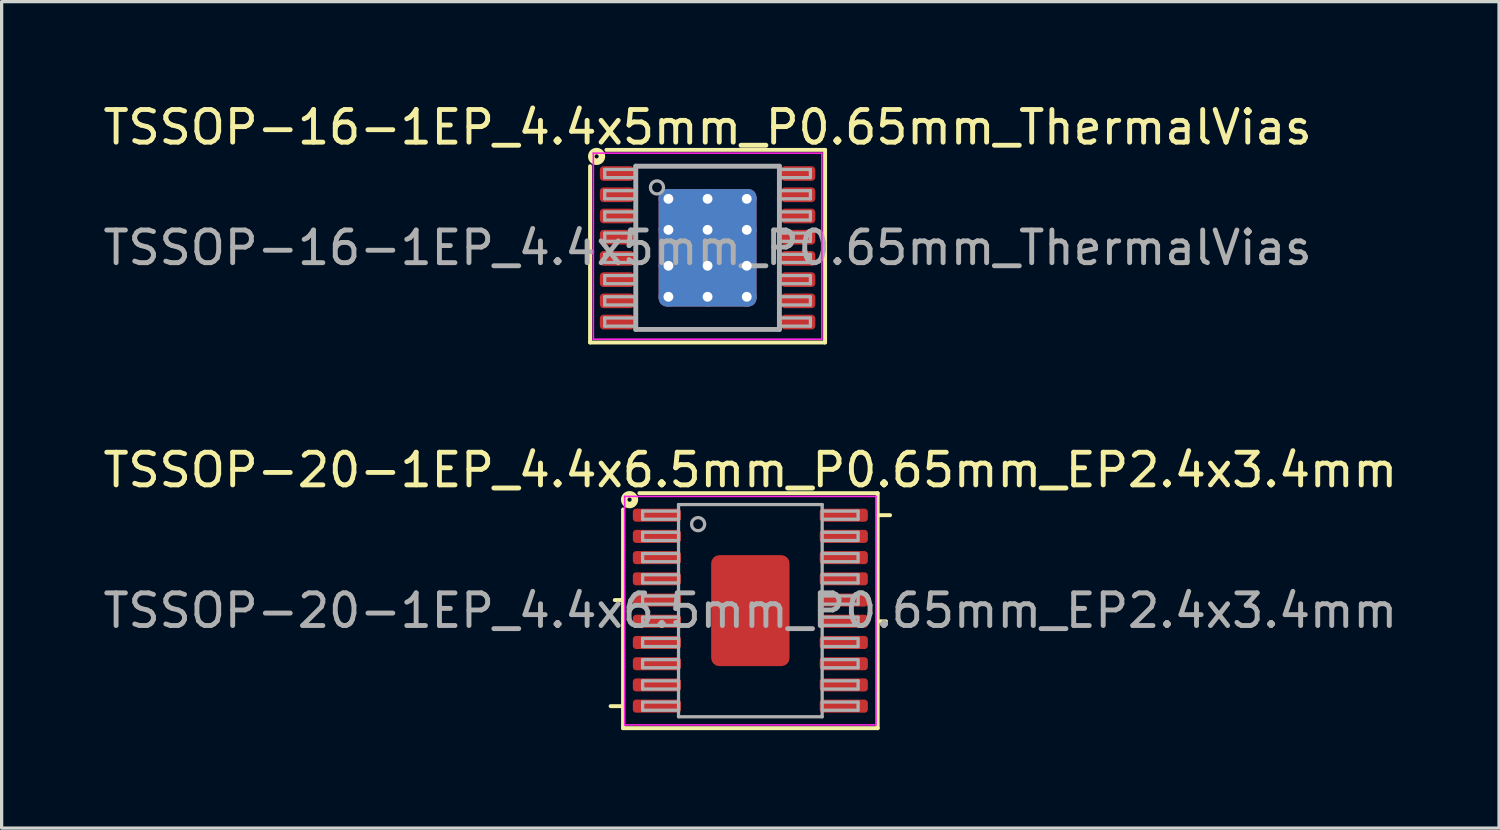
<source format=kicad_pcb>
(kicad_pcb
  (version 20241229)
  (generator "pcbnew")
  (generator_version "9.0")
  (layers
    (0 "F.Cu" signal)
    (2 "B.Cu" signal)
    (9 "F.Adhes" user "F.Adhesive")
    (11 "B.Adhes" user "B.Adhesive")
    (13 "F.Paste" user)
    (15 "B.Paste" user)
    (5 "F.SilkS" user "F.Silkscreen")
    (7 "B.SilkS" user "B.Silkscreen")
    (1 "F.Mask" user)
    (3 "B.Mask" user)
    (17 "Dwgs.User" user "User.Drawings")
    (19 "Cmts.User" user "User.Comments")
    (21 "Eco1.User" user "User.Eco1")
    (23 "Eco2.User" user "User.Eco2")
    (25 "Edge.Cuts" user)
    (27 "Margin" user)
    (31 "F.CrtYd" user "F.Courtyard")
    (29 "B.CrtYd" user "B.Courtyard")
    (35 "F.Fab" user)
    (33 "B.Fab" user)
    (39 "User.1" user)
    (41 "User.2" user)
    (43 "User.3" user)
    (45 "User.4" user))
  (footprint "TSSOP-20-1EP_4.4x6.5mm_P0.65mm_EP2.4x3.4mm"
    (layer "F.Cu")
    (at 19.935 15.656)
    (property "Reference" "TSSOP-20-1EP_4.4x6.5mm_P0.65mm_EP2.4x3.4mm" (at 0 -4.308 0) (layer "F.SilkS") (effects (font (size 1 1) (thickness 0.15))))
    (attr smd)
    (fp_line (start -3.9 -3.1) (end -3.9 3.6) (stroke (width 0.12) (type solid)) (layer "F.SilkS"))
    (fp_line (start -3.9 -0.325) (end -4.154 -0.325) (stroke (width 0.12) (type solid)) (layer "F.SilkS"))
    (fp_line (start -3.9 2.925) (end -4.281 2.925) (stroke (width 0.12) (type solid)) (layer "F.SilkS"))
    (fp_line (start -3.9 3.6) (end 3.9 3.6) (stroke (width 0.12) (type solid)) (layer "F.SilkS"))
    (fp_line (start 3.9 -3.6) (end -3.4 -3.6) (stroke (width 0.12) (type solid)) (layer "F.SilkS"))
    (fp_line (start 3.9 -2.925) (end 4.281 -2.925) (stroke (width 0.12) (type solid)) (layer "F.SilkS"))
    (fp_line (start 3.9 0.325) (end 4.154 0.325) (stroke (width 0.12) (type solid)) (layer "F.SilkS"))
    (fp_line (start 3.9 3.6) (end 3.9 -3.6) (stroke (width 0.12) (type solid)) (layer "F.SilkS"))
    (fp_circle (center -3.7 -3.4) (end -3.636 -3.4) (stroke (width 0.2) (type solid)) (fill no) (layer "F.SilkS"))
    (fp_line (start -3.85 -3.5) (end -3.85 3.5) (stroke (width 0.05) (type solid)) (layer "F.CrtYd"))
    (fp_line (start -3.85 3.5) (end 3.85 3.5) (stroke (width 0.05) (type solid)) (layer "F.CrtYd"))
    (fp_line (start 3.85 -3.5) (end -3.85 -3.5) (stroke (width 0.05) (type solid)) (layer "F.CrtYd"))
    (fp_line (start 3.85 3.5) (end 3.85 -3.5) (stroke (width 0.05) (type solid)) (layer "F.CrtYd"))
    (fp_line (start -3.3 -3.05) (end -3.3 -2.8) (stroke (width 0.1) (type solid)) (layer "F.Fab"))
    (fp_line (start -3.3 -3.05) (end -2.2 -3.05) (stroke (width 0.1) (type solid)) (layer "F.Fab"))
    (fp_line (start -3.3 -2.8) (end -2.2 -2.8) (stroke (width 0.1) (type solid)) (layer "F.Fab"))
    (fp_line (start -3.3 -2.4) (end -3.3 -2.15) (stroke (width 0.1) (type solid)) (layer "F.Fab"))
    (fp_line (start -3.3 -2.4) (end -2.2 -2.4) (stroke (width 0.1) (type solid)) (layer "F.Fab"))
    (fp_line (start -3.3 -2.15) (end -2.2 -2.15) (stroke (width 0.1) (type solid)) (layer "F.Fab"))
    (fp_line (start -3.3 -1.75) (end -3.3 -1.5) (stroke (width 0.1) (type solid)) (layer "F.Fab"))
    (fp_line (start -3.3 -1.75) (end -2.2 -1.75) (stroke (width 0.1) (type solid)) (layer "F.Fab"))
    (fp_line (start -3.3 -1.5) (end -2.2 -1.5) (stroke (width 0.1) (type solid)) (layer "F.Fab"))
    (fp_line (start -3.3 -1.1) (end -3.3 -0.85) (stroke (width 0.1) (type solid)) (layer "F.Fab"))
    (fp_line (start -3.3 -1.1) (end -2.2 -1.1) (stroke (width 0.1) (type solid)) (layer "F.Fab"))
    (fp_line (start -3.3 -0.85) (end -2.2 -0.85) (stroke (width 0.1) (type solid)) (layer "F.Fab"))
    (fp_line (start -3.3 -0.45) (end -3.3 -0.2) (stroke (width 0.1) (type solid)) (layer "F.Fab"))
    (fp_line (start -3.3 -0.45) (end -2.2 -0.45) (stroke (width 0.1) (type solid)) (layer "F.Fab"))
    (fp_line (start -3.3 -0.2) (end -2.2 -0.2) (stroke (width 0.1) (type solid)) (layer "F.Fab"))
    (fp_line (start -3.3 0.2) (end -3.3 0.45) (stroke (width 0.1) (type solid)) (layer "F.Fab"))
    (fp_line (start -3.3 0.2) (end -2.2 0.2) (stroke (width 0.1) (type solid)) (layer "F.Fab"))
    (fp_line (start -3.3 0.45) (end -2.2 0.45) (stroke (width 0.1) (type solid)) (layer "F.Fab"))
    (fp_line (start -3.3 0.85) (end -3.3 1.1) (stroke (width 0.1) (type solid)) (layer "F.Fab"))
    (fp_line (start -3.3 0.85) (end -2.2 0.85) (stroke (width 0.1) (type solid)) (layer "F.Fab"))
    (fp_line (start -3.3 1.1) (end -2.2 1.1) (stroke (width 0.1) (type solid)) (layer "F.Fab"))
    (fp_line (start -3.3 1.5) (end -3.3 1.75) (stroke (width 0.1) (type solid)) (layer "F.Fab"))
    (fp_line (start -3.3 1.5) (end -2.2 1.5) (stroke (width 0.1) (type solid)) (layer "F.Fab"))
    (fp_line (start -3.3 1.75) (end -2.2 1.75) (stroke (width 0.1) (type solid)) (layer "F.Fab"))
    (fp_line (start -3.3 2.15) (end -3.3 2.4) (stroke (width 0.1) (type solid)) (layer "F.Fab"))
    (fp_line (start -3.3 2.15) (end -2.2 2.15) (stroke (width 0.1) (type solid)) (layer "F.Fab"))
    (fp_line (start -3.3 2.4) (end -2.2 2.4) (stroke (width 0.1) (type solid)) (layer "F.Fab"))
    (fp_line (start -3.3 2.8) (end -3.3 3.05) (stroke (width 0.1) (type solid)) (layer "F.Fab"))
    (fp_line (start -3.3 2.8) (end -2.2 2.8) (stroke (width 0.1) (type solid)) (layer "F.Fab"))
    (fp_line (start -3.3 3.05) (end -2.2 3.05) (stroke (width 0.1) (type solid)) (layer "F.Fab"))
    (fp_line (start -2.2 -3.25) (end 2.2 -3.25) (stroke (width 0.1) (type solid)) (layer "F.Fab"))
    (fp_line (start -2.2 3.25) (end -2.2 -3.25) (stroke (width 0.1) (type solid)) (layer "F.Fab"))
    (fp_line (start 2.2 -3.25) (end 2.2 3.25) (stroke (width 0.1) (type solid)) (layer "F.Fab"))
    (fp_line (start 2.2 3.25) (end -2.2 3.25) (stroke (width 0.1) (type solid)) (layer "F.Fab"))
    (fp_line (start 3.3 -3.05) (end 2.2 -3.05) (stroke (width 0.1) (type solid)) (layer "F.Fab"))
    (fp_line (start 3.3 -2.8) (end 2.2 -2.8) (stroke (width 0.1) (type solid)) (layer "F.Fab"))
    (fp_line (start 3.3 -2.8) (end 3.3 -3.05) (stroke (width 0.1) (type solid)) (layer "F.Fab"))
    (fp_line (start 3.3 -2.4) (end 2.2 -2.4) (stroke (width 0.1) (type solid)) (layer "F.Fab"))
    (fp_line (start 3.3 -2.15) (end 2.2 -2.15) (stroke (width 0.1) (type solid)) (layer "F.Fab"))
    (fp_line (start 3.3 -2.15) (end 3.3 -2.4) (stroke (width 0.1) (type solid)) (layer "F.Fab"))
    (fp_line (start 3.3 -1.75) (end 2.2 -1.75) (stroke (width 0.1) (type solid)) (layer "F.Fab"))
    (fp_line (start 3.3 -1.5) (end 2.2 -1.5) (stroke (width 0.1) (type solid)) (layer "F.Fab"))
    (fp_line (start 3.3 -1.5) (end 3.3 -1.75) (stroke (width 0.1) (type solid)) (layer "F.Fab"))
    (fp_line (start 3.3 -1.1) (end 2.2 -1.1) (stroke (width 0.1) (type solid)) (layer "F.Fab"))
    (fp_line (start 3.3 -0.85) (end 2.2 -0.85) (stroke (width 0.1) (type solid)) (layer "F.Fab"))
    (fp_line (start 3.3 -0.85) (end 3.3 -1.1) (stroke (width 0.1) (type solid)) (layer "F.Fab"))
    (fp_line (start 3.3 -0.45) (end 2.2 -0.45) (stroke (width 0.1) (type solid)) (layer "F.Fab"))
    (fp_line (start 3.3 -0.2) (end 2.2 -0.2) (stroke (width 0.1) (type solid)) (layer "F.Fab"))
    (fp_line (start 3.3 -0.2) (end 3.3 -0.45) (stroke (width 0.1) (type solid)) (layer "F.Fab"))
    (fp_line (start 3.3 0.2) (end 2.2 0.2) (stroke (width 0.1) (type solid)) (layer "F.Fab"))
    (fp_line (start 3.3 0.45) (end 2.2 0.45) (stroke (width 0.1) (type solid)) (layer "F.Fab"))
    (fp_line (start 3.3 0.45) (end 3.3 0.2) (stroke (width 0.1) (type solid)) (layer "F.Fab"))
    (fp_line (start 3.3 0.85) (end 2.2 0.85) (stroke (width 0.1) (type solid)) (layer "F.Fab"))
    (fp_line (start 3.3 1.1) (end 2.2 1.1) (stroke (width 0.1) (type solid)) (layer "F.Fab"))
    (fp_line (start 3.3 1.1) (end 3.3 0.85) (stroke (width 0.1) (type solid)) (layer "F.Fab"))
    (fp_line (start 3.3 1.5) (end 2.2 1.5) (stroke (width 0.1) (type solid)) (layer "F.Fab"))
    (fp_line (start 3.3 1.75) (end 2.2 1.75) (stroke (width 0.1) (type solid)) (layer "F.Fab"))
    (fp_line (start 3.3 1.75) (end 3.3 1.5) (stroke (width 0.1) (type solid)) (layer "F.Fab"))
    (fp_line (start 3.3 2.15) (end 2.2 2.15) (stroke (width 0.1) (type solid)) (layer "F.Fab"))
    (fp_line (start 3.3 2.4) (end 2.2 2.4) (stroke (width 0.1) (type solid)) (layer "F.Fab"))
    (fp_line (start 3.3 2.4) (end 3.3 2.15) (stroke (width 0.1) (type solid)) (layer "F.Fab"))
    (fp_line (start 3.3 2.8) (end 2.2 2.8) (stroke (width 0.1) (type solid)) (layer "F.Fab"))
    (fp_line (start 3.3 3.05) (end 2.2 3.05) (stroke (width 0.1) (type solid)) (layer "F.Fab"))
    (fp_line (start 3.3 3.05) (end 3.3 2.8) (stroke (width 0.1) (type solid)) (layer "F.Fab"))
    (fp_circle (center -1.6 -2.65) (end -1.4 -2.65) (stroke (width 0.1) (type solid)) (fill no) (layer "F.Fab"))
    (fp_text user "${REFERENCE}" (at 0 0 0) (layer "F.Fab") (effects (font (size 1 1) (thickness 0.15))))
    (pad "" smd roundrect (at -0.6 -0.9) (size 0.9 1.4) (layers "F.Paste") (roundrect_rratio 0.25))
    (pad "" smd roundrect (at -0.6 0.9) (size 0.9 1.4) (layers "F.Paste") (roundrect_rratio 0.25))
    (pad "" smd roundrect (at 0.6 -0.9) (size 0.9 1.4) (layers "F.Paste") (roundrect_rratio 0.25))
    (pad "" smd roundrect (at 0.6 0.9) (size 0.9 1.4) (layers "F.Paste") (roundrect_rratio 0.25))
    (pad "1" smd roundrect (at -2.862 -2.925) (size 1.475 0.4) (layers "F.Cu" "F.Mask" "F.Paste") (roundrect_rratio 0.25))
    (pad "2" smd roundrect (at -2.862 -2.275) (size 1.475 0.4) (layers "F.Cu" "F.Mask" "F.Paste") (roundrect_rratio 0.25))
    (pad "3" smd roundrect (at -2.862 -1.625) (size 1.475 0.4) (layers "F.Cu" "F.Mask" "F.Paste") (roundrect_rratio 0.25))
    (pad "4" smd roundrect (at -2.862 -0.975) (size 1.475 0.4) (layers "F.Cu" "F.Mask" "F.Paste") (roundrect_rratio 0.25))
    (pad "5" smd roundrect (at -2.862 -0.325) (size 1.475 0.4) (layers "F.Cu" "F.Mask" "F.Paste") (roundrect_rratio 0.25))
    (pad "6" smd roundrect (at -2.862 0.325) (size 1.475 0.4) (layers "F.Cu" "F.Mask" "F.Paste") (roundrect_rratio 0.25))
    (pad "7" smd roundrect (at -2.862 0.975) (size 1.475 0.4) (layers "F.Cu" "F.Mask" "F.Paste") (roundrect_rratio 0.25))
    (pad "8" smd roundrect (at -2.862 1.625) (size 1.475 0.4) (layers "F.Cu" "F.Mask" "F.Paste") (roundrect_rratio 0.25))
    (pad "9" smd roundrect (at -2.862 2.275) (size 1.475 0.4) (layers "F.Cu" "F.Mask" "F.Paste") (roundrect_rratio 0.25))
    (pad "10" smd roundrect (at -2.862 2.925) (size 1.475 0.4) (layers "F.Cu" "F.Mask" "F.Paste") (roundrect_rratio 0.25))
    (pad "11" smd roundrect (at 2.862 2.925) (size 1.475 0.4) (layers "F.Cu" "F.Mask" "F.Paste") (roundrect_rratio 0.25))
    (pad "12" smd roundrect (at 2.862 2.275) (size 1.475 0.4) (layers "F.Cu" "F.Mask" "F.Paste") (roundrect_rratio 0.25))
    (pad "13" smd roundrect (at 2.862 1.625) (size 1.475 0.4) (layers "F.Cu" "F.Mask" "F.Paste") (roundrect_rratio 0.25))
    (pad "14" smd roundrect (at 2.862 0.975) (size 1.475 0.4) (layers "F.Cu" "F.Mask" "F.Paste") (roundrect_rratio 0.25))
    (pad "15" smd roundrect (at 2.862 0.325) (size 1.475 0.4) (layers "F.Cu" "F.Mask" "F.Paste") (roundrect_rratio 0.25))
    (pad "16" smd roundrect (at 2.862 -0.325) (size 1.475 0.4) (layers "F.Cu" "F.Mask" "F.Paste") (roundrect_rratio 0.25))
    (pad "17" smd roundrect (at 2.862 -0.975) (size 1.475 0.4) (layers "F.Cu" "F.Mask" "F.Paste") (roundrect_rratio 0.25))
    (pad "18" smd roundrect (at 2.862 -1.625) (size 1.475 0.4) (layers "F.Cu" "F.Mask" "F.Paste") (roundrect_rratio 0.25))
    (pad "19" smd roundrect (at 2.862 -2.275) (size 1.475 0.4) (layers "F.Cu" "F.Mask" "F.Paste") (roundrect_rratio 0.25))
    (pad "20" smd roundrect (at 2.862 -2.925) (size 1.475 0.4) (layers "F.Cu" "F.Mask" "F.Paste") (roundrect_rratio 0.25))
    (pad "21" smd roundrect (at 0 0) (size 2.4 3.4) (layers "F.Cu" "F.Mask") (roundrect_rratio 0.104)))
  (footprint "TSSOP-16-1EP_4.4x5mm_P0.65mm_ThermalVias"
    (layer "F.Cu")
    (at 18.625 4.541)
    (property "Reference" "TSSOP-16-1EP_4.4x5mm_P0.65mm_ThermalVias" (at 0 -3.692 0) (layer "F.SilkS") (effects (font (size 1 1) (thickness 0.15))))
    (attr smd)
    (fp_line (start -3.6 -2.5) (end -3.6 2.9) (stroke (width 0.12) (type solid)) (layer "F.SilkS"))
    (fp_line (start -3.6 2.9) (end 3.6 2.9) (stroke (width 0.12) (type solid)) (layer "F.SilkS"))
    (fp_line (start 3.6 -3) (end -3.1 -3) (stroke (width 0.12) (type solid)) (layer "F.SilkS"))
    (fp_line (start 3.6 2.9) (end 3.6 -3) (stroke (width 0.12) (type solid)) (layer "F.SilkS"))
    (fp_circle (center -3.4 -2.8) (end -3.337 -2.8) (stroke (width 0.2) (type solid)) (fill no) (layer "F.SilkS"))
    (fp_line (start -3.5 -2.9) (end -3.5 2.8) (stroke (width 0.05) (type solid)) (layer "F.CrtYd"))
    (fp_line (start -3.5 -2.9) (end 3.5 -2.9) (stroke (width 0.05) (type solid)) (layer "F.CrtYd"))
    (fp_line (start -3.5 2.8) (end 3.5 2.8) (stroke (width 0.05) (type solid)) (layer "F.CrtYd"))
    (fp_line (start 3.5 -2.9) (end 3.5 2.8) (stroke (width 0.05) (type solid)) (layer "F.CrtYd"))
    (fp_line (start -3.15 -2.4) (end -3.15 -2.15) (stroke (width 0.1) (type solid)) (layer "F.Fab"))
    (fp_line (start -3.15 -2.4) (end -2.2 -2.4) (stroke (width 0.1) (type solid)) (layer "F.Fab"))
    (fp_line (start -3.15 -2.15) (end -2.2 -2.15) (stroke (width 0.1) (type solid)) (layer "F.Fab"))
    (fp_line (start -3.15 -1.75) (end -3.15 -1.5) (stroke (width 0.1) (type solid)) (layer "F.Fab"))
    (fp_line (start -3.15 -1.75) (end -2.2 -1.75) (stroke (width 0.1) (type solid)) (layer "F.Fab"))
    (fp_line (start -3.15 -1.5) (end -2.2 -1.5) (stroke (width 0.1) (type solid)) (layer "F.Fab"))
    (fp_line (start -3.15 -1.1) (end -3.15 -0.85) (stroke (width 0.1) (type solid)) (layer "F.Fab"))
    (fp_line (start -3.15 -1.1) (end -2.2 -1.1) (stroke (width 0.1) (type solid)) (layer "F.Fab"))
    (fp_line (start -3.15 -0.85) (end -2.2 -0.85) (stroke (width 0.1) (type solid)) (layer "F.Fab"))
    (fp_line (start -3.15 -0.45) (end -3.15 -0.2) (stroke (width 0.1) (type solid)) (layer "F.Fab"))
    (fp_line (start -3.15 -0.45) (end -2.2 -0.45) (stroke (width 0.1) (type solid)) (layer "F.Fab"))
    (fp_line (start -3.15 -0.2) (end -2.2 -0.2) (stroke (width 0.1) (type solid)) (layer "F.Fab"))
    (fp_line (start -3.15 0.2) (end -3.15 0.45) (stroke (width 0.1) (type solid)) (layer "F.Fab"))
    (fp_line (start -3.15 0.2) (end -2.2 0.2) (stroke (width 0.1) (type solid)) (layer "F.Fab"))
    (fp_line (start -3.15 0.45) (end -2.2 0.45) (stroke (width 0.1) (type solid)) (layer "F.Fab"))
    (fp_line (start -3.15 0.85) (end -3.15 1.1) (stroke (width 0.1) (type solid)) (layer "F.Fab"))
    (fp_line (start -3.15 0.85) (end -2.2 0.85) (stroke (width 0.1) (type solid)) (layer "F.Fab"))
    (fp_line (start -3.15 1.1) (end -2.2 1.1) (stroke (width 0.1) (type solid)) (layer "F.Fab"))
    (fp_line (start -3.15 1.5) (end -3.15 1.75) (stroke (width 0.1) (type solid)) (layer "F.Fab"))
    (fp_line (start -3.15 1.5) (end -2.2 1.5) (stroke (width 0.1) (type solid)) (layer "F.Fab"))
    (fp_line (start -3.15 1.75) (end -2.2 1.75) (stroke (width 0.1) (type solid)) (layer "F.Fab"))
    (fp_line (start -3.15 2.15) (end -3.15 2.4) (stroke (width 0.1) (type solid)) (layer "F.Fab"))
    (fp_line (start -3.15 2.15) (end -2.2 2.15) (stroke (width 0.1) (type solid)) (layer "F.Fab"))
    (fp_line (start -3.15 2.4) (end -2.2 2.4) (stroke (width 0.1) (type solid)) (layer "F.Fab"))
    (fp_line (start -2.2 -2.5) (end 2.2 -2.5) (stroke (width 0.15) (type solid)) (layer "F.Fab"))
    (fp_line (start -2.2 2.5) (end -2.2 -2.5) (stroke (width 0.15) (type solid)) (layer "F.Fab"))
    (fp_line (start 2.2 -2.5) (end 2.2 2.5) (stroke (width 0.15) (type solid)) (layer "F.Fab"))
    (fp_line (start 2.2 2.5) (end -2.2 2.5) (stroke (width 0.15) (type solid)) (layer "F.Fab"))
    (fp_line (start 3.15 -2.4) (end 2.2 -2.4) (stroke (width 0.1) (type solid)) (layer "F.Fab"))
    (fp_line (start 3.15 -2.15) (end 2.2 -2.15) (stroke (width 0.1) (type solid)) (layer "F.Fab"))
    (fp_line (start 3.15 -2.15) (end 3.15 -2.4) (stroke (width 0.1) (type solid)) (layer "F.Fab"))
    (fp_line (start 3.15 -1.75) (end 2.2 -1.75) (stroke (width 0.1) (type solid)) (layer "F.Fab"))
    (fp_line (start 3.15 -1.5) (end 2.2 -1.5) (stroke (width 0.1) (type solid)) (layer "F.Fab"))
    (fp_line (start 3.15 -1.5) (end 3.15 -1.75) (stroke (width 0.1) (type solid)) (layer "F.Fab"))
    (fp_line (start 3.15 -1.1) (end 2.2 -1.1) (stroke (width 0.1) (type solid)) (layer "F.Fab"))
    (fp_line (start 3.15 -0.85) (end 2.2 -0.85) (stroke (width 0.1) (type solid)) (layer "F.Fab"))
    (fp_line (start 3.15 -0.85) (end 3.15 -1.1) (stroke (width 0.1) (type solid)) (layer "F.Fab"))
    (fp_line (start 3.15 -0.45) (end 2.2 -0.45) (stroke (width 0.1) (type solid)) (layer "F.Fab"))
    (fp_line (start 3.15 -0.2) (end 2.2 -0.2) (stroke (width 0.1) (type solid)) (layer "F.Fab"))
    (fp_line (start 3.15 -0.2) (end 3.15 -0.45) (stroke (width 0.1) (type solid)) (layer "F.Fab"))
    (fp_line (start 3.15 0.2) (end 2.2 0.2) (stroke (width 0.1) (type solid)) (layer "F.Fab"))
    (fp_line (start 3.15 0.45) (end 2.2 0.45) (stroke (width 0.1) (type solid)) (layer "F.Fab"))
    (fp_line (start 3.15 0.45) (end 3.15 0.2) (stroke (width 0.1) (type solid)) (layer "F.Fab"))
    (fp_line (start 3.15 0.85) (end 2.2 0.85) (stroke (width 0.1) (type solid)) (layer "F.Fab"))
    (fp_line (start 3.15 1.1) (end 2.2 1.1) (stroke (width 0.1) (type solid)) (layer "F.Fab"))
    (fp_line (start 3.15 1.1) (end 3.15 0.85) (stroke (width 0.1) (type solid)) (layer "F.Fab"))
    (fp_line (start 3.15 1.5) (end 2.2 1.5) (stroke (width 0.1) (type solid)) (layer "F.Fab"))
    (fp_line (start 3.15 1.75) (end 2.2 1.75) (stroke (width 0.1) (type solid)) (layer "F.Fab"))
    (fp_line (start 3.15 1.75) (end 3.15 1.5) (stroke (width 0.1) (type solid)) (layer "F.Fab"))
    (fp_line (start 3.15 2.15) (end 2.2 2.15) (stroke (width 0.1) (type solid)) (layer "F.Fab"))
    (fp_line (start 3.15 2.4) (end 2.2 2.4) (stroke (width 0.1) (type solid)) (layer "F.Fab"))
    (fp_line (start 3.15 2.4) (end 3.15 2.15) (stroke (width 0.1) (type solid)) (layer "F.Fab"))
    (fp_circle (center -1.55 -1.85) (end -1.35 -1.85) (stroke (width 0.1) (type solid)) (fill no) (layer "F.Fab"))
    (fp_text user "${REFERENCE}" (at 0 0 0) (layer "F.Fab") (effects (font (size 1 1) (thickness 0.15))))
    (pad "" smd roundrect (at -0.8 -1.2) (size 1.2 0.9) (layers "F.Paste") (roundrect_rratio 0.25))
    (pad "" smd roundrect (at -0.8 0) (size 1.2 0.9) (layers "F.Paste") (roundrect_rratio 0.25))
    (pad "" smd roundrect (at -0.8 1.2) (size 1.2 0.9) (layers "F.Paste") (roundrect_rratio 0.25))
    (pad "" smd roundrect (at 0.8 -1.2) (size 1.2 0.9) (layers "F.Paste") (roundrect_rratio 0.25))
    (pad "" smd roundrect (at 0.8 0) (size 1.2 0.9) (layers "F.Paste") (roundrect_rratio 0.25))
    (pad "" smd roundrect (at 0.8 1.2) (size 1.2 0.9) (layers "F.Paste") (roundrect_rratio 0.25))
    (pad "1" smd roundrect (at -2.775 -2.275) (size 1.05 0.45) (layers "F.Cu" "F.Mask" "F.Paste") (roundrect_rratio 0.25))
    (pad "2" smd roundrect (at -2.775 -1.625) (size 1.05 0.45) (layers "F.Cu" "F.Mask" "F.Paste") (roundrect_rratio 0.25))
    (pad "3" smd roundrect (at -2.775 -0.975) (size 1.05 0.45) (layers "F.Cu" "F.Mask" "F.Paste") (roundrect_rratio 0.25))
    (pad "4" smd roundrect (at -2.775 -0.325) (size 1.05 0.45) (layers "F.Cu" "F.Mask" "F.Paste") (roundrect_rratio 0.25))
    (pad "5" smd roundrect (at -2.775 0.325) (size 1.05 0.45) (layers "F.Cu" "F.Mask" "F.Paste") (roundrect_rratio 0.25))
    (pad "6" smd roundrect (at -2.775 0.975) (size 1.05 0.45) (layers "F.Cu" "F.Mask" "F.Paste") (roundrect_rratio 0.25))
    (pad "7" smd roundrect (at -2.775 1.625) (size 1.05 0.45) (layers "F.Cu" "F.Mask" "F.Paste") (roundrect_rratio 0.25))
    (pad "8" smd roundrect (at -2.775 2.275) (size 1.05 0.45) (layers "F.Cu" "F.Mask" "F.Paste") (roundrect_rratio 0.25))
    (pad "9" smd roundrect (at 2.775 2.275) (size 1.05 0.45) (layers "F.Cu" "F.Mask" "F.Paste") (roundrect_rratio 0.25))
    (pad "10" smd roundrect (at 2.775 1.625) (size 1.05 0.45) (layers "F.Cu" "F.Mask" "F.Paste") (roundrect_rratio 0.25))
    (pad "11" smd roundrect (at 2.775 0.975) (size 1.05 0.45) (layers "F.Cu" "F.Mask" "F.Paste") (roundrect_rratio 0.25))
    (pad "12" smd roundrect (at 2.775 0.325) (size 1.05 0.45) (layers "F.Cu" "F.Mask" "F.Paste") (roundrect_rratio 0.25))
    (pad "13" smd roundrect (at 2.775 -0.325) (size 1.05 0.45) (layers "F.Cu" "F.Mask" "F.Paste") (roundrect_rratio 0.25))
    (pad "14" smd roundrect (at 2.775 -0.975) (size 1.05 0.45) (layers "F.Cu" "F.Mask" "F.Paste") (roundrect_rratio 0.25))
    (pad "15" smd roundrect (at 2.775 -1.625) (size 1.05 0.45) (layers "F.Cu" "F.Mask" "F.Paste") (roundrect_rratio 0.25))
    (pad "16" smd roundrect (at 2.775 -2.275) (size 1.05 0.45) (layers "F.Cu" "F.Mask" "F.Paste") (roundrect_rratio 0.25))
    (pad "17" thru_hole circle (at -1.2 -1.5) (size 0.6 0.6) (drill 0.3) (property pad_prop_heatsink) (layers "*.Cu"))
    (pad "17" thru_hole circle (at -1.2 -0.55) (size 0.6 0.6) (drill 0.3) (property pad_prop_heatsink) (layers "*.Cu"))
    (pad "17" thru_hole circle (at -1.2 0.55) (size 0.6 0.6) (drill 0.3) (property pad_prop_heatsink) (layers "*.Cu"))
    (pad "17" thru_hole circle (at -1.2 1.5) (size 0.6 0.6) (drill 0.3) (property pad_prop_heatsink) (layers "*.Cu"))
    (pad "17" thru_hole circle (at 0 -1.5) (size 0.6 0.6) (drill 0.3) (property pad_prop_heatsink) (layers "*.Cu"))
    (pad "17" thru_hole circle (at 0 -0.55) (size 0.6 0.6) (drill 0.3) (property pad_prop_heatsink) (layers "*.Cu"))
    (pad "17" smd roundrect (at 0 0) (size 3 3.6) (layers "F.Cu" "F.Mask") (roundrect_rratio 0.083))
    (pad "17" smd roundrect (at 0 0) (size 3 3.6) (layers "B.Cu" "B.Mask") (roundrect_rratio 0.083))
    (pad "17" thru_hole circle (at 0 0.55) (size 0.6 0.6) (drill 0.3) (property pad_prop_heatsink) (layers "*.Cu"))
    (pad "17" thru_hole circle (at 0 1.5) (size 0.6 0.6) (drill 0.3) (property pad_prop_heatsink) (layers "*.Cu"))
    (pad "17" thru_hole circle (at 1.2 -1.5) (size 0.6 0.6) (drill 0.3) (property pad_prop_heatsink) (layers "*.Cu"))
    (pad "17" thru_hole circle (at 1.2 -0.55) (size 0.6 0.6) (drill 0.3) (property pad_prop_heatsink) (layers "*.Cu"))
    (pad "17" thru_hole circle (at 1.2 0.55) (size 0.6 0.6) (drill 0.3) (property pad_prop_heatsink) (layers "*.Cu"))
    (pad "17" thru_hole circle (at 1.2 1.5) (size 0.6 0.6) (drill 0.3) (property pad_prop_heatsink) (layers "*.Cu")))
  (gr_rect
    (start -3 -3)
    (end 42.869 22.317)
    (stroke (width 0.1) (type default))
    (fill no)
    (layer "Edge.Cuts")))
</source>
